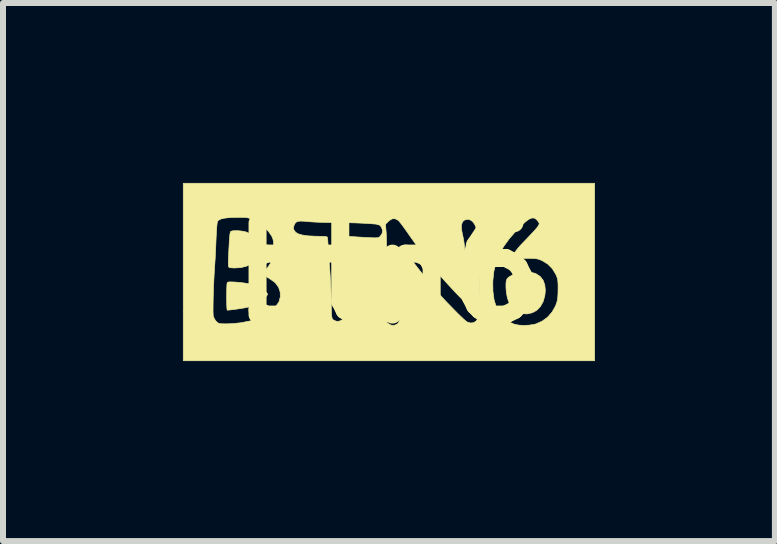
<source format=kicad_pcb>
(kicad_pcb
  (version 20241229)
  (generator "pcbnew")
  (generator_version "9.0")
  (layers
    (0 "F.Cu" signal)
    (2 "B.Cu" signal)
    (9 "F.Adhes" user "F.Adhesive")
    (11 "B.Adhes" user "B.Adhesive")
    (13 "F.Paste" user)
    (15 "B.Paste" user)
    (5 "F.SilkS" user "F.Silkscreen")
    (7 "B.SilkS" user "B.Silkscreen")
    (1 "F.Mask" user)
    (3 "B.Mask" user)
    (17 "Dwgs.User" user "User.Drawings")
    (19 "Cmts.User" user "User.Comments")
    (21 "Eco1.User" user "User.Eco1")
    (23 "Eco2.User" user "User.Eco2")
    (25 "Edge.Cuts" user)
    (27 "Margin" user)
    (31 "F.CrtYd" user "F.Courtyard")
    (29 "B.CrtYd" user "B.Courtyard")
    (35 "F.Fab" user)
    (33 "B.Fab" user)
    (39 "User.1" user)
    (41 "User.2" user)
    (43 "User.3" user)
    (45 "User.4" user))
  (footprint "btn6"
    (layer "F.Cu")
    (at 3.421 1.505)
    (property "Reference" "btn6" (at 0 0 0) (layer "F.SilkS") (effects (font (size 1.524 1.524) (thickness 0.3))))
    (attr through_hole)
    (fp_poly (pts (xy 2.355 -0.018) (xy 2.437 -0.002) (xy 2.466 0.009) (xy 2.534 0.053) (xy 2.583 0.115) (xy 2.612 0.194) (xy 2.621 0.287) (xy 2.613 0.372) (xy 2.585 0.472) (xy 2.539 0.555) (xy 2.479 0.618) (xy 2.404 0.659) (xy 2.319 0.679) (xy 2.226 0.674) (xy 2.191 0.667) (xy 2.124 0.635) (xy 2.067 0.581) (xy 2.021 0.506) (xy 1.988 0.414) (xy 1.969 0.305) (xy 1.964 0.225) (xy 1.965 0.162) (xy 1.971 0.119) (xy 1.986 0.087) (xy 2.016 0.061) (xy 2.063 0.034) (xy 2.103 0.015) (xy 2.179 -0.009) (xy 2.266 -0.02) (xy 2.355 -0.018)) (stroke (width 0.01) (type solid)) (fill yes) (layer "F.SilkS"))
    (fp_poly (pts (xy -2.492 -0.708) (xy -2.434 -0.702) (xy -2.382 -0.692) (xy -2.374 -0.69) (xy -2.299 -0.657) (xy -2.228 -0.609) (xy -2.171 -0.552) (xy -2.16 -0.537) (xy -2.137 -0.48) (xy -2.129 -0.412) (xy -2.139 -0.34) (xy -2.158 -0.286) (xy -2.206 -0.215) (xy -2.275 -0.159) (xy -2.361 -0.117) (xy -2.459 -0.093) (xy -2.567 -0.087) (xy -2.609 -0.09) (xy -2.628 -0.091) (xy -2.642 -0.092) (xy -2.652 -0.097) (xy -2.66 -0.109) (xy -2.664 -0.13) (xy -2.665 -0.164) (xy -2.664 -0.213) (xy -2.661 -0.281) (xy -2.657 -0.371) (xy -2.653 -0.441) (xy -2.648 -0.537) (xy -2.642 -0.608) (xy -2.637 -0.657) (xy -2.63 -0.687) (xy -2.623 -0.698) (xy -2.595 -0.706) (xy -2.548 -0.71) (xy -2.492 -0.708)) (stroke (width 0.01) (type solid)) (fill yes) (layer "F.SilkS"))
    (fp_poly (pts (xy -2.56 0.147) (xy -2.534 0.149) (xy -2.464 0.155) (xy -2.394 0.164) (xy -2.335 0.174) (xy -2.31 0.18) (xy -2.242 0.203) (xy -2.175 0.232) (xy -2.114 0.263) (xy -2.062 0.295) (xy -2.026 0.323) (xy -2.01 0.347) (xy -2.009 0.351) (xy -2.018 0.366) (xy -2.039 0.394) (xy -2.056 0.413) (xy -2.117 0.466) (xy -2.196 0.513) (xy -2.287 0.551) (xy -2.344 0.567) (xy -2.389 0.577) (xy -2.448 0.587) (xy -2.515 0.597) (xy -2.581 0.606) (xy -2.639 0.613) (xy -2.679 0.616) (xy -2.683 0.616) (xy -2.686 0.604) (xy -2.689 0.569) (xy -2.691 0.516) (xy -2.692 0.45) (xy -2.693 0.405) (xy -2.692 0.331) (xy -2.691 0.264) (xy -2.689 0.211) (xy -2.687 0.177) (xy -2.685 0.167) (xy -2.68 0.156) (xy -2.67 0.148) (xy -2.65 0.145) (xy -2.615 0.145) (xy -2.56 0.147)) (stroke (width 0.01) (type solid)) (fill yes) (layer "F.SilkS"))
    (fp_poly (pts (xy 3.443 1.46) (xy -3.416 1.46) (xy -3.416 0.575) (xy -2.919 0.575) (xy -2.919 0.643) (xy -2.917 0.691) (xy -2.915 0.713) (xy -2.898 0.758) (xy -2.869 0.8) (xy -2.865 0.803) (xy -2.845 0.822) (xy -2.825 0.834) (xy -2.8 0.841) (xy -2.763 0.843) (xy -2.705 0.844) (xy -2.702 0.844) (xy -2.63 0.842) (xy -2.546 0.835) (xy -2.466 0.827) (xy -2.445 0.824) (xy -2.285 0.792) (xy -2.148 0.748) (xy -2.075 0.716) (xy -2.023 0.683) (xy -1.965 0.638) (xy -1.909 0.587) (xy -1.861 0.535) (xy -1.827 0.489) (xy -1.82 0.476) (xy -1.798 0.395) (xy -1.8 0.314) (xy -1.826 0.236) (xy -1.875 0.168) (xy -1.884 0.158) (xy -1.913 0.135) (xy -1.956 0.105) (xy -2.004 0.074) (xy -2.05 0.046) (xy -2.085 0.027) (xy -2.095 0.023) (xy -2.094 0.011) (xy -2.078 -0.014) (xy -2.049 -0.048) (xy -2.045 -0.052) (xy -2.005 -0.101) (xy -1.967 -0.158) (xy -1.945 -0.198) (xy -1.928 -0.237) (xy -1.918 -0.272) (xy -1.912 -0.312) (xy -1.91 -0.365) (xy -1.909 -0.415) (xy -1.91 -0.481) (xy -1.913 -0.528) (xy -1.919 -0.563) (xy -1.93 -0.594) (xy -1.944 -0.623) (xy -1.997 -0.699) (xy -2.064 -0.767) (xy -1.579 -0.767) (xy -1.573 -0.725) (xy -1.544 -0.685) (xy -1.544 -0.684) (xy -1.5 -0.657) (xy -1.431 -0.637) (xy -1.337 -0.623) (xy -1.217 -0.617) (xy -1.158 -0.616) (xy -1.088 -0.615) (xy -1.043 -0.612) (xy -1.018 -0.605) (xy -1.013 -0.599) (xy -1.01 -0.581) (xy -1.006 -0.541) (xy -1.002 -0.483) (xy -0.997 -0.413) (xy -0.992 -0.348) (xy -0.986 -0.253) (xy -0.979 -0.149) (xy -0.972 -0.047) (xy -0.966 0.043) (xy -0.964 0.074) (xy -0.959 0.154) (xy -0.955 0.251) (xy -0.951 0.355) (xy -0.948 0.457) (xy -0.947 0.507) (xy -0.946 0.594) (xy -0.944 0.658) (xy -0.942 0.704) (xy -0.938 0.734) (xy -0.933 0.754) (xy -0.925 0.767) (xy -0.915 0.777) (xy -0.912 0.779) (xy -0.867 0.8) (xy -0.818 0.801) (xy -0.774 0.781) (xy -0.766 0.772) (xy -0.741 0.737) (xy -0.723 0.695) (xy -0.719 0.665) (xy -0.717 0.611) (xy -0.718 0.534) (xy -0.72 0.437) (xy -0.725 0.323) (xy -0.731 0.194) (xy -0.74 0.052) (xy -0.75 -0.101) (xy -0.757 -0.208) (xy -0.763 -0.295) (xy -0.769 -0.378) (xy -0.773 -0.452) (xy -0.776 -0.51) (xy -0.777 -0.547) (xy -0.777 -0.548) (xy -0.777 -0.62) (xy -0.626 -0.612) (xy -0.503 -0.604) (xy -0.404 -0.598) (xy -0.326 -0.594) (xy -0.266 -0.591) (xy -0.222 -0.59) (xy -0.191 -0.591) (xy -0.169 -0.593) (xy -0.155 -0.597) (xy -0.146 -0.603) (xy -0.138 -0.611) (xy -0.129 -0.62) (xy -0.1 -0.666) (xy -0.094 -0.718) (xy -0.113 -0.768) (xy -0.124 -0.783) (xy -0.137 -0.796) (xy -0.152 -0.806) (xy -0.174 -0.813) (xy -0.192 -0.816) (xy -0.044 -0.816) (xy -0.032 -0.673) (xy -0.03 -0.63) (xy -0.028 -0.565) (xy -0.026 -0.479) (xy -0.024 -0.376) (xy -0.022 -0.259) (xy -0.021 -0.133) (xy -0.021 0.001) (xy -0.02 0.139) (xy -0.02 0.145) (xy -0.02 0.82) (xy 0.012 0.845) (xy 0.056 0.867) (xy 0.105 0.868) (xy 0.148 0.849) (xy 0.158 0.841) (xy 0.17 0.825) (xy 0.181 0.806) (xy 0.19 0.781) (xy 0.197 0.747) (xy 0.203 0.704) (xy 0.207 0.647) (xy 0.21 0.575) (xy 0.212 0.485) (xy 0.213 0.375) (xy 0.214 0.243) (xy 0.214 0.116) (xy 0.214 -0.457) (xy 0.317 -0.319) (xy 0.412 -0.194) (xy 0.515 -0.061) (xy 0.621 0.072) (xy 0.723 0.196) (xy 0.788 0.275) (xy 0.839 0.333) (xy 0.898 0.398) (xy 0.963 0.468) (xy 1.031 0.538) (xy 1.098 0.607) (xy 1.161 0.671) (xy 1.218 0.726) (xy 1.265 0.77) (xy 1.3 0.8) (xy 1.316 0.812) (xy 1.374 0.83) (xy 1.427 0.824) (xy 1.47 0.794) (xy 1.499 0.743) (xy 1.503 0.73) (xy 1.507 0.701) (xy 1.511 0.648) (xy 1.515 0.576) (xy 1.518 0.488) (xy 1.52 0.387) (xy 1.522 0.277) (xy 1.524 0.161) (xy 1.524 0.141) (xy 1.745 0.141) (xy 1.747 0.3) (xy 1.766 0.442) (xy 1.803 0.564) (xy 1.857 0.667) (xy 1.929 0.75) (xy 2.017 0.813) (xy 2.107 0.851) (xy 2.176 0.865) (xy 2.26 0.87) (xy 2.348 0.866) (xy 2.431 0.854) (xy 2.467 0.844) (xy 2.568 0.799) (xy 2.659 0.732) (xy 2.734 0.646) (xy 2.79 0.546) (xy 2.808 0.5) (xy 2.821 0.452) (xy 2.828 0.399) (xy 2.832 0.331) (xy 2.833 0.261) (xy 2.833 0.191) (xy 2.83 0.14) (xy 2.825 0.102) (xy 2.816 0.069) (xy 2.802 0.034) (xy 2.796 0.02) (xy 2.737 -0.076) (xy 2.66 -0.153) (xy 2.567 -0.21) (xy 2.526 -0.227) (xy 2.49 -0.238) (xy 2.45 -0.244) (xy 2.398 -0.247) (xy 2.344 -0.247) (xy 2.276 -0.247) (xy 2.226 -0.243) (xy 2.186 -0.236) (xy 2.147 -0.223) (xy 2.12 -0.212) (xy 2.078 -0.196) (xy 2.048 -0.187) (xy 2.036 -0.188) (xy 2.036 -0.189) (xy 2.042 -0.206) (xy 2.056 -0.241) (xy 2.077 -0.285) (xy 2.08 -0.292) (xy 2.101 -0.33) (xy 2.127 -0.37) (xy 2.163 -0.415) (xy 2.21 -0.469) (xy 2.273 -0.535) (xy 2.306 -0.569) (xy 2.377 -0.644) (xy 2.432 -0.702) (xy 2.471 -0.747) (xy 2.497 -0.78) (xy 2.512 -0.805) (xy 2.518 -0.823) (xy 2.519 -0.829) (xy 2.511 -0.847) (xy 2.491 -0.875) (xy 2.484 -0.883) (xy 2.455 -0.91) (xy 2.423 -0.922) (xy 2.387 -0.918) (xy 2.343 -0.897) (xy 2.291 -0.858) (xy 2.227 -0.8) (xy 2.149 -0.722) (xy 2.14 -0.713) (xy 2.021 -0.576) (xy 1.925 -0.444) (xy 1.851 -0.312) (xy 1.798 -0.175) (xy 1.763 -0.032) (xy 1.746 0.123) (xy 1.745 0.141) (xy 1.524 0.141) (xy 1.525 0.044) (xy 1.525 -0.072) (xy 1.524 -0.183) (xy 1.523 -0.285) (xy 1.521 -0.374) (xy 1.519 -0.448) (xy 1.515 -0.503) (xy 1.515 -0.513) (xy 1.497 -0.638) (xy 1.474 -0.737) (xy 1.444 -0.812) (xy 1.407 -0.863) (xy 1.363 -0.891) (xy 1.325 -0.898) (xy 1.274 -0.887) (xy 1.24 -0.857) (xy 1.223 -0.806) (xy 1.223 -0.735) (xy 1.24 -0.642) (xy 1.246 -0.619) (xy 1.26 -0.548) (xy 1.273 -0.453) (xy 1.284 -0.332) (xy 1.293 -0.186) (xy 1.3 -0.013) (xy 1.305 0.184) (xy 1.307 0.283) (xy 1.308 0.359) (xy 1.308 0.413) (xy 1.307 0.45) (xy 1.305 0.472) (xy 1.301 0.483) (xy 1.295 0.486) (xy 1.287 0.483) (xy 1.287 0.483) (xy 1.267 0.467) (xy 1.233 0.435) (xy 1.188 0.389) (xy 1.133 0.332) (xy 1.073 0.268) (xy 1.01 0.2) (xy 0.947 0.131) (xy 0.887 0.064) (xy 0.833 0.002) (xy 0.809 -0.027) (xy 0.67 -0.2) (xy 0.522 -0.396) (xy 0.369 -0.611) (xy 0.331 -0.666) (xy 0.285 -0.731) (xy 0.242 -0.79) (xy 0.206 -0.838) (xy 0.178 -0.871) (xy 0.165 -0.883) (xy 0.117 -0.908) (xy 0.069 -0.907) (xy 0.019 -0.878) (xy 0.003 -0.863) (xy -0.044 -0.816) (xy -0.192 -0.816) (xy -0.207 -0.819) (xy -0.257 -0.823) (xy -0.327 -0.828) (xy -0.355 -0.83) (xy -0.431 -0.834) (xy -0.526 -0.838) (xy -0.632 -0.841) (xy -0.742 -0.843) (xy -0.849 -0.844) (xy -0.87 -0.844) (xy -0.97 -0.845) (xy -1.07 -0.847) (xy -1.164 -0.85) (xy -1.246 -0.854) (xy -1.309 -0.858) (xy -1.326 -0.86) (xy -1.406 -0.867) (xy -1.465 -0.869) (xy -1.507 -0.863) (xy -1.535 -0.85) (xy -1.554 -0.828) (xy -1.56 -0.818) (xy -1.579 -0.767) (xy -2.064 -0.767) (xy -2.069 -0.773) (xy -2.156 -0.838) (xy -2.234 -0.881) (xy -2.277 -0.902) (xy -2.311 -0.915) (xy -2.343 -0.924) (xy -2.38 -0.929) (xy -2.428 -0.931) (xy -2.495 -0.931) (xy -2.512 -0.931) (xy -2.629 -0.928) (xy -2.72 -0.919) (xy -2.787 -0.904) (xy -2.829 -0.882) (xy -2.843 -0.866) (xy -2.849 -0.843) (xy -2.855 -0.795) (xy -2.86 -0.728) (xy -2.865 -0.644) (xy -2.869 -0.563) (xy -2.873 -0.463) (xy -2.878 -0.358) (xy -2.883 -0.255) (xy -2.889 -0.163) (xy -2.893 -0.1) (xy -2.899 -0.011) (xy -2.904 0.087) (xy -2.909 0.191) (xy -2.913 0.295) (xy -2.916 0.397) (xy -2.918 0.491) (xy -2.919 0.575) (xy -3.416 0.575) (xy -3.416 -1.5) (xy 3.443 -1.5) (xy 3.443 1.46)) (stroke (width 0.01) (type solid)) (fill yes) (layer "F.SilkS")))
  (gr_rect
    (start -3 -3)
    (end 9.869 5.971)
    (stroke (width 0.1) (type default))
    (fill no)
    (layer "Edge.Cuts")))
</source>
